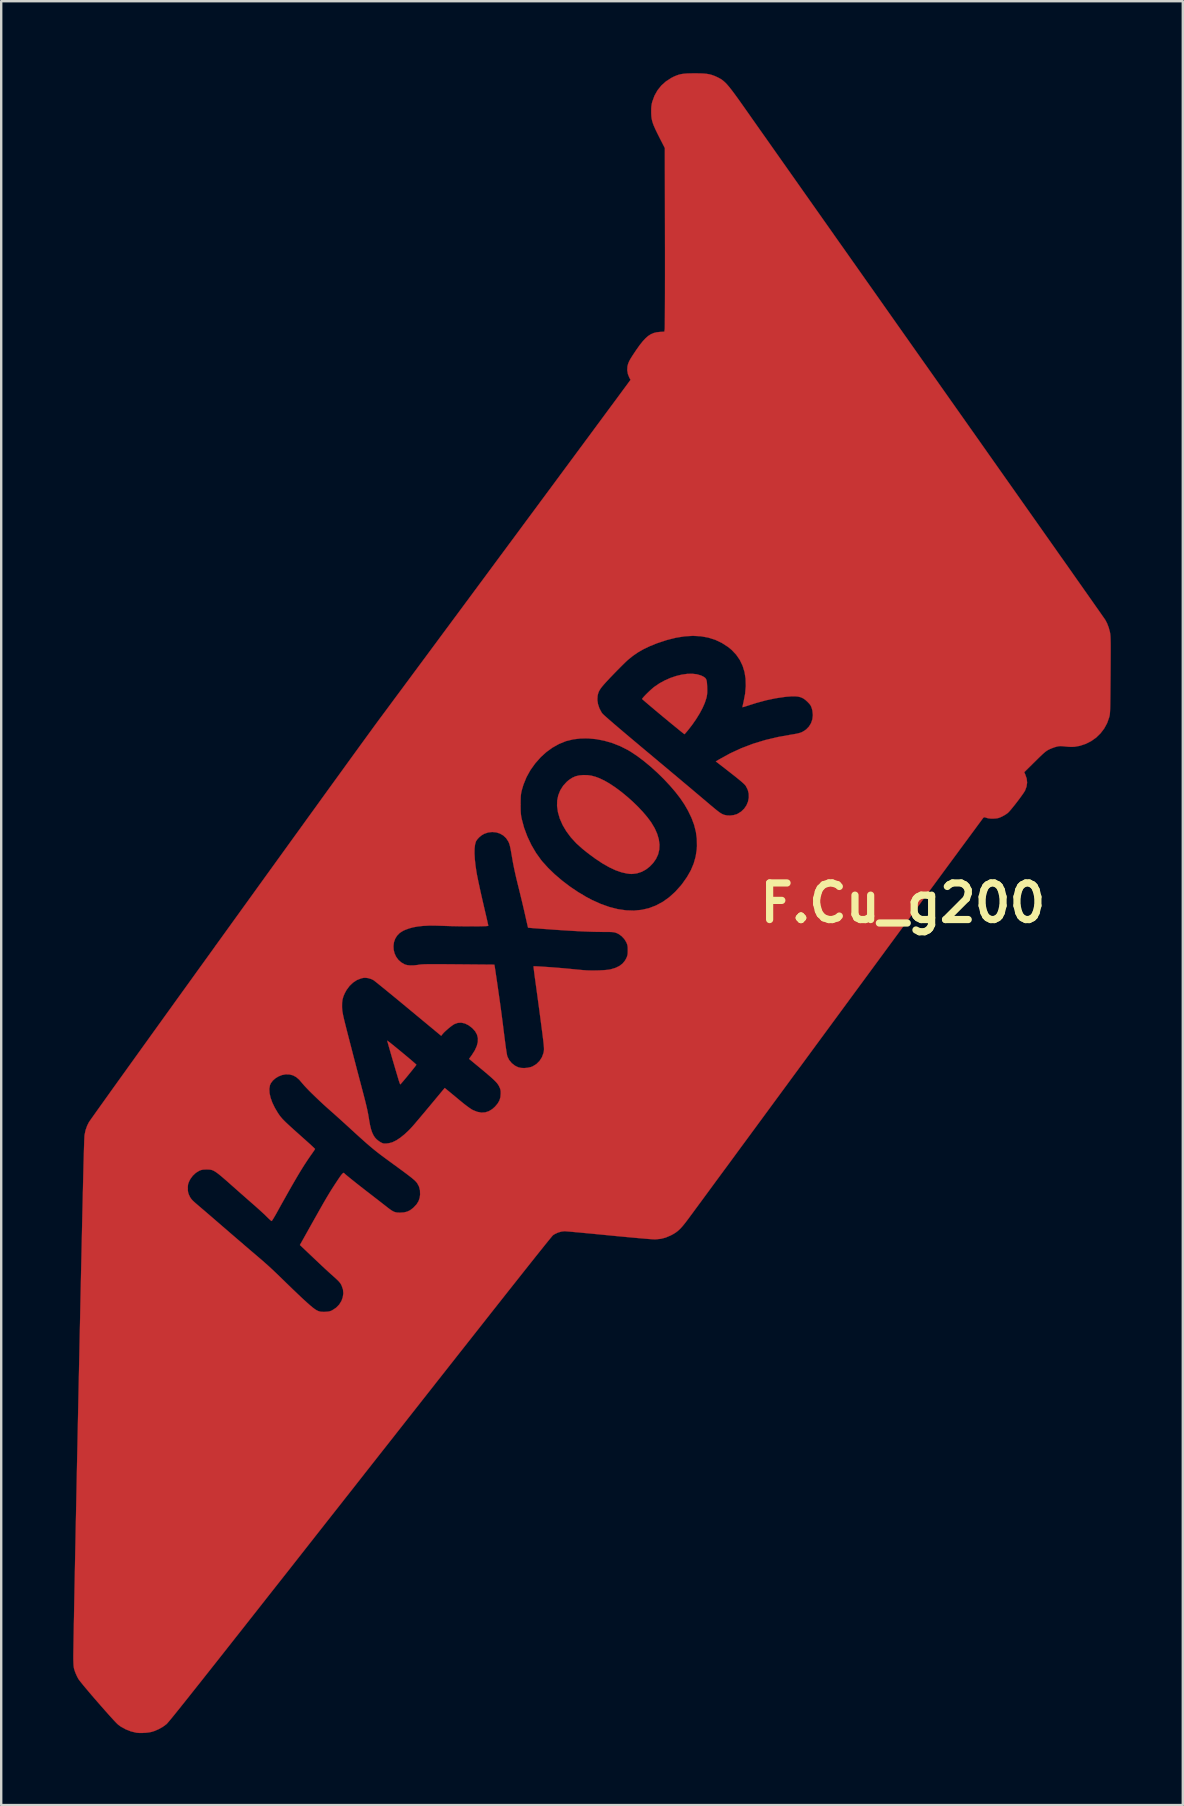
<source format=kicad_pcb>
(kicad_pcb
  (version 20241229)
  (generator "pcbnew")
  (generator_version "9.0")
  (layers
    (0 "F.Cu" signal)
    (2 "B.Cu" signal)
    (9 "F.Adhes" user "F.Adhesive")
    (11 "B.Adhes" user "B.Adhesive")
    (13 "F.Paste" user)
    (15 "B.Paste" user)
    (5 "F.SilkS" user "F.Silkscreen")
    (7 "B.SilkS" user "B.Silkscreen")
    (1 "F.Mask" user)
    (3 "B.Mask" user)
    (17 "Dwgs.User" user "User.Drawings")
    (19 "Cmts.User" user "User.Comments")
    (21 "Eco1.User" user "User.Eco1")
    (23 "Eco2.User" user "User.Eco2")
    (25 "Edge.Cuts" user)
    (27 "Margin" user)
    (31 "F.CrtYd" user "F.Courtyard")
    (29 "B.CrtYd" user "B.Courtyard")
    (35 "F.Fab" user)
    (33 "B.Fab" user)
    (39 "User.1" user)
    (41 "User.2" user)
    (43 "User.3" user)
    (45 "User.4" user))
  (footprint "F.Cu_g200"
    (layer "F.Cu")
    (at 34.565 34.57)
    (property "Reference" "F.Cu_g200" (at 0 0 0) (layer "F.SilkS") (effects (font (size 1.524 1.524) (thickness 0.3))))
    (attr through_hole)
    (fp_poly (pts (xy -21.463 5.746) (xy -21.418 5.779) (xy -21.35 5.832) (xy -21.262 5.902) (xy -21.16 5.985) (xy -21.046 6.078) (xy -20.927 6.176) (xy -20.806 6.276) (xy -20.687 6.375) (xy -20.575 6.469) (xy -20.474 6.554) (xy -20.389 6.628) (xy -20.323 6.685) (xy -20.282 6.723) (xy -20.269 6.738) (xy -20.281 6.758) (xy -20.316 6.806) (xy -20.37 6.874) (xy -20.437 6.959) (xy -20.514 7.054) (xy -20.595 7.154) (xy -20.677 7.254) (xy -20.756 7.348) (xy -20.825 7.43) (xy -20.882 7.496) (xy -20.921 7.54) (xy -20.938 7.555) (xy -20.95 7.537) (xy -20.97 7.487) (xy -20.994 7.415) (xy -21.005 7.382) (xy -21.077 7.139) (xy -21.147 6.905) (xy -21.212 6.683) (xy -21.273 6.477) (xy -21.327 6.289) (xy -21.375 6.122) (xy -21.415 5.982) (xy -21.446 5.87) (xy -21.468 5.79) (xy -21.479 5.745) (xy -21.48 5.736) (xy -21.463 5.746)) (stroke (width 0.01) (type solid)) (fill yes) (layer "F.Cu"))
    (fp_poly (pts (xy -13.15 -5.328) (xy -12.978 -5.305) (xy -12.801 -5.257) (xy -12.644 -5.198) (xy -12.437 -5.1) (xy -12.214 -4.971) (xy -11.98 -4.815) (xy -11.74 -4.637) (xy -11.501 -4.441) (xy -11.266 -4.233) (xy -11.043 -4.017) (xy -10.836 -3.798) (xy -10.651 -3.58) (xy -10.493 -3.368) (xy -10.479 -3.347) (xy -10.339 -3.113) (xy -10.236 -2.881) (xy -10.169 -2.654) (xy -10.14 -2.433) (xy -10.15 -2.223) (xy -10.197 -2.026) (xy -10.199 -2.021) (xy -10.285 -1.837) (xy -10.403 -1.668) (xy -10.546 -1.518) (xy -10.708 -1.393) (xy -10.883 -1.298) (xy -11.066 -1.239) (xy -11.124 -1.229) (xy -11.222 -1.216) (xy -11.298 -1.211) (xy -11.371 -1.213) (xy -11.46 -1.224) (xy -11.498 -1.229) (xy -11.727 -1.28) (xy -11.974 -1.367) (xy -12.237 -1.491) (xy -12.518 -1.651) (xy -12.817 -1.849) (xy -13.134 -2.084) (xy -13.348 -2.256) (xy -13.605 -2.487) (xy -13.83 -2.732) (xy -14.02 -2.986) (xy -14.175 -3.248) (xy -14.292 -3.514) (xy -14.37 -3.783) (xy -14.407 -4.042) (xy -14.401 -4.27) (xy -14.356 -4.489) (xy -14.273 -4.695) (xy -14.153 -4.885) (xy -14 -5.052) (xy -13.906 -5.13) (xy -13.771 -5.219) (xy -13.637 -5.279) (xy -13.489 -5.314) (xy -13.331 -5.329) (xy -13.15 -5.328)) (stroke (width 0.01) (type solid)) (fill yes) (layer "F.Cu"))
    (fp_poly (pts (xy -8.584 -9.529) (xy -8.413 -9.48) (xy -8.361 -9.456) (xy -8.29 -9.418) (xy -8.238 -9.38) (xy -8.202 -9.335) (xy -8.179 -9.275) (xy -8.165 -9.193) (xy -8.157 -9.081) (xy -8.153 -8.983) (xy -8.15 -8.855) (xy -8.152 -8.756) (xy -8.16 -8.673) (xy -8.174 -8.593) (xy -8.189 -8.531) (xy -8.251 -8.34) (xy -8.344 -8.128) (xy -8.465 -7.901) (xy -8.611 -7.664) (xy -8.78 -7.422) (xy -8.921 -7.239) (xy -8.984 -7.161) (xy -9.039 -7.096) (xy -9.078 -7.052) (xy -9.097 -7.033) (xy -9.097 -7.033) (xy -9.116 -7.045) (xy -9.164 -7.082) (xy -9.238 -7.141) (xy -9.336 -7.22) (xy -9.455 -7.317) (xy -9.591 -7.428) (xy -9.741 -7.551) (xy -9.902 -7.685) (xy -9.991 -7.758) (xy -10.156 -7.896) (xy -10.312 -8.026) (xy -10.454 -8.146) (xy -10.58 -8.252) (xy -10.686 -8.342) (xy -10.771 -8.415) (xy -10.83 -8.467) (xy -10.861 -8.495) (xy -10.866 -8.5) (xy -10.846 -8.532) (xy -10.8 -8.585) (xy -10.736 -8.654) (xy -10.659 -8.732) (xy -10.575 -8.813) (xy -10.492 -8.89) (xy -10.415 -8.957) (xy -10.355 -9.006) (xy -10.143 -9.15) (xy -9.917 -9.274) (xy -9.684 -9.376) (xy -9.449 -9.456) (xy -9.216 -9.513) (xy -8.991 -9.545) (xy -8.779 -9.551) (xy -8.584 -9.529)) (stroke (width 0.01) (type solid)) (fill yes) (layer "F.Cu"))
    (fp_poly (pts (xy -8.477 -34.563) (xy -8.315 -34.557) (xy -8.18 -34.544) (xy -8.062 -34.525) (xy -7.955 -34.496) (xy -7.849 -34.458) (xy -7.737 -34.407) (xy -7.728 -34.403) (xy -7.657 -34.367) (xy -7.591 -34.33) (xy -7.527 -34.287) (xy -7.464 -34.237) (xy -7.399 -34.178) (xy -7.329 -34.105) (xy -7.252 -34.016) (xy -7.166 -33.909) (xy -7.068 -33.78) (xy -6.955 -33.627) (xy -6.825 -33.447) (xy -6.676 -33.237) (xy -6.538 -33.041) (xy -6.474 -32.95) (xy -6.387 -32.826) (xy -6.278 -32.67) (xy -6.147 -32.485) (xy -5.997 -32.271) (xy -5.827 -32.031) (xy -5.64 -31.766) (xy -5.437 -31.477) (xy -5.218 -31.166) (xy -4.984 -30.835) (xy -4.738 -30.485) (xy -4.479 -30.118) (xy -4.21 -29.736) (xy -3.93 -29.339) (xy -3.642 -28.93) (xy -3.346 -28.51) (xy -3.043 -28.081) (xy -2.736 -27.644) (xy -2.423 -27.202) (xy -2.108 -26.754) (xy -1.944 -26.522) (xy -1.592 -26.022) (xy -1.224 -25.501) (xy -0.844 -24.961) (xy -0.453 -24.406) (xy -0.053 -23.839) (xy 0.353 -23.263) (xy 0.763 -22.681) (xy 1.176 -22.097) (xy 1.588 -21.512) (xy 1.997 -20.932) (xy 2.402 -20.358) (xy 2.8 -19.793) (xy 3.189 -19.242) (xy 3.566 -18.706) (xy 3.93 -18.19) (xy 4.278 -17.696) (xy 4.609 -17.227) (xy 4.919 -16.787) (xy 5.189 -16.404) (xy 5.467 -16.01) (xy 5.739 -15.624) (xy 6.003 -15.249) (xy 6.26 -14.885) (xy 6.507 -14.533) (xy 6.745 -14.197) (xy 6.971 -13.876) (xy 7.184 -13.572) (xy 7.385 -13.287) (xy 7.571 -13.022) (xy 7.742 -12.78) (xy 7.896 -12.56) (xy 8.033 -12.365) (xy 8.152 -12.196) (xy 8.251 -12.055) (xy 8.329 -11.943) (xy 8.386 -11.862) (xy 8.42 -11.812) (xy 8.431 -11.797) (xy 8.507 -11.653) (xy 8.573 -11.482) (xy 8.623 -11.3) (xy 8.628 -11.273) (xy 8.635 -11.237) (xy 8.64 -11.197) (xy 8.645 -11.149) (xy 8.649 -11.09) (xy 8.652 -11.017) (xy 8.654 -10.928) (xy 8.656 -10.818) (xy 8.657 -10.684) (xy 8.657 -10.525) (xy 8.656 -10.336) (xy 8.655 -10.115) (xy 8.654 -9.858) (xy 8.652 -9.562) (xy 8.652 -9.505) (xy 8.649 -9.205) (xy 8.647 -8.945) (xy 8.645 -8.722) (xy 8.643 -8.531) (xy 8.641 -8.37) (xy 8.639 -8.235) (xy 8.636 -8.125) (xy 8.633 -8.035) (xy 8.629 -7.962) (xy 8.625 -7.904) (xy 8.62 -7.857) (xy 8.614 -7.818) (xy 8.607 -7.784) (xy 8.599 -7.752) (xy 8.597 -7.743) (xy 8.511 -7.497) (xy 8.389 -7.272) (xy 8.235 -7.07) (xy 8.054 -6.893) (xy 7.847 -6.746) (xy 7.619 -6.63) (xy 7.373 -6.548) (xy 7.144 -6.508) (xy 7.045 -6.504) (xy 6.92 -6.507) (xy 6.787 -6.519) (xy 6.774 -6.52) (xy 6.665 -6.532) (xy 6.585 -6.537) (xy 6.52 -6.535) (xy 6.457 -6.525) (xy 6.4 -6.512) (xy 6.306 -6.484) (xy 6.198 -6.444) (xy 6.099 -6.401) (xy 6.096 -6.4) (xy 6.046 -6.374) (xy 5.999 -6.345) (xy 5.949 -6.31) (xy 5.892 -6.263) (xy 5.824 -6.203) (xy 5.74 -6.124) (xy 5.635 -6.022) (xy 5.506 -5.895) (xy 5.497 -5.886) (xy 5.056 -5.45) (xy 5.099 -5.353) (xy 5.158 -5.181) (xy 5.175 -5.016) (xy 5.152 -4.851) (xy 5.093 -4.691) (xy 5.062 -4.636) (xy 5.008 -4.555) (xy 4.937 -4.454) (xy 4.854 -4.341) (xy 4.764 -4.222) (xy 4.672 -4.103) (xy 4.582 -3.991) (xy 4.501 -3.892) (xy 4.433 -3.814) (xy 4.383 -3.762) (xy 4.377 -3.756) (xy 4.312 -3.708) (xy 4.226 -3.654) (xy 4.136 -3.605) (xy 4.128 -3.601) (xy 4.039 -3.561) (xy 3.966 -3.537) (xy 3.889 -3.524) (xy 3.789 -3.517) (xy 3.785 -3.517) (xy 3.659 -3.517) (xy 3.56 -3.528) (xy 3.491 -3.546) (xy 3.428 -3.566) (xy 3.39 -3.571) (xy 3.366 -3.562) (xy 3.345 -3.543) (xy 3.33 -3.523) (xy 3.291 -3.471) (xy 3.229 -3.386) (xy 3.143 -3.271) (xy 3.036 -3.125) (xy 2.908 -2.951) (xy 2.759 -2.749) (xy 2.59 -2.52) (xy 2.402 -2.266) (xy 2.197 -1.986) (xy 1.974 -1.684) (xy 1.734 -1.358) (xy 1.479 -1.011) (xy 1.209 -0.644) (xy 0.924 -0.257) (xy 0.626 0.148) (xy 0.316 0.57) (xy -0.007 1.009) (xy -0.341 1.463) (xy -0.685 1.93) (xy -1.039 2.412) (xy -1.401 2.905) (xy -1.772 3.409) (xy -2.15 3.923) (xy -2.534 4.446) (xy -2.689 4.657) (xy -3.078 5.186) (xy -3.462 5.708) (xy -3.839 6.221) (xy -4.21 6.726) (xy -4.573 7.219) (xy -4.927 7.701) (xy -5.272 8.17) (xy -5.607 8.626) (xy -5.93 9.066) (xy -6.242 9.49) (xy -6.542 9.898) (xy -6.828 10.286) (xy -7.099 10.656) (xy -7.356 11.005) (xy -7.597 11.332) (xy -7.821 11.636) (xy -8.027 11.917) (xy -8.215 12.173) (xy -8.384 12.403) (xy -8.533 12.605) (xy -8.662 12.78) (xy -8.768 12.925) (xy -8.853 13.039) (xy -8.914 13.122) (xy -8.951 13.172) (xy -8.957 13.18) (xy -9.078 13.339) (xy -9.183 13.468) (xy -9.277 13.571) (xy -9.368 13.656) (xy -9.461 13.727) (xy -9.562 13.791) (xy -9.677 13.852) (xy -9.684 13.855) (xy -9.883 13.939) (xy -10.08 13.99) (xy -10.291 14.011) (xy -10.355 14.012) (xy -10.405 14.01) (xy -10.493 14.004) (xy -10.616 13.995) (xy -10.771 13.982) (xy -10.954 13.966) (xy -11.16 13.948) (xy -11.388 13.927) (xy -11.632 13.904) (xy -11.89 13.88) (xy -12.159 13.854) (xy -12.267 13.843) (xy -12.536 13.817) (xy -12.794 13.792) (xy -13.039 13.768) (xy -13.267 13.747) (xy -13.474 13.727) (xy -13.657 13.711) (xy -13.813 13.696) (xy -13.939 13.686) (xy -14.031 13.678) (xy -14.085 13.674) (xy -14.097 13.674) (xy -14.228 13.689) (xy -14.368 13.73) (xy -14.5 13.791) (xy -14.573 13.838) (xy -14.588 13.853) (xy -14.618 13.887) (xy -14.663 13.941) (xy -14.723 14.014) (xy -14.799 14.107) (xy -14.892 14.221) (xy -15 14.357) (xy -15.126 14.514) (xy -15.27 14.694) (xy -15.431 14.897) (xy -15.611 15.123) (xy -15.809 15.373) (xy -16.026 15.647) (xy -16.263 15.946) (xy -16.52 16.271) (xy -16.797 16.622) (xy -17.095 16.999) (xy -17.413 17.403) (xy -17.754 17.835) (xy -18.116 18.295) (xy -18.501 18.783) (xy -18.908 19.3) (xy -19.339 19.847) (xy -19.793 20.424) (xy -20.271 21.032) (xy -20.773 21.67) (xy -21.3 22.341) (xy -21.853 23.043) (xy -22.431 23.778) (xy -22.608 24.004) (xy -23.169 24.718) (xy -23.705 25.399) (xy -24.216 26.048) (xy -24.702 26.667) (xy -25.164 27.255) (xy -25.603 27.813) (xy -26.02 28.342) (xy -26.414 28.842) (xy -26.786 29.315) (xy -27.137 29.761) (xy -27.468 30.181) (xy -27.779 30.575) (xy -28.07 30.945) (xy -28.342 31.29) (xy -28.596 31.612) (xy -28.833 31.911) (xy -29.052 32.188) (xy -29.254 32.444) (xy -29.441 32.679) (xy -29.612 32.894) (xy -29.767 33.09) (xy -29.909 33.268) (xy -30.037 33.428) (xy -30.151 33.571) (xy -30.253 33.697) (xy -30.342 33.808) (xy -30.42 33.904) (xy -30.486 33.985) (xy -30.543 34.053) (xy -30.589 34.108) (xy -30.626 34.151) (xy -30.654 34.183) (xy -30.674 34.204) (xy -30.683 34.212) (xy -30.833 34.322) (xy -31.005 34.419) (xy -31.183 34.496) (xy -31.3 34.533) (xy -31.41 34.554) (xy -31.543 34.569) (xy -31.683 34.576) (xy -31.815 34.576) (xy -31.922 34.568) (xy -31.93 34.567) (xy -32.161 34.511) (xy -32.384 34.423) (xy -32.588 34.309) (xy -32.691 34.233) (xy -32.734 34.193) (xy -32.802 34.124) (xy -32.89 34.03) (xy -32.994 33.916) (xy -33.112 33.785) (xy -33.24 33.641) (xy -33.375 33.488) (xy -33.514 33.329) (xy -33.652 33.17) (xy -33.788 33.013) (xy -33.916 32.862) (xy -34.035 32.721) (xy -34.14 32.595) (xy -34.228 32.486) (xy -34.297 32.399) (xy -34.342 32.338) (xy -34.354 32.319) (xy -34.403 32.226) (xy -34.454 32.116) (xy -34.494 32.013) (xy -34.494 32.012) (xy -34.516 31.947) (xy -34.532 31.888) (xy -34.543 31.827) (xy -34.55 31.754) (xy -34.555 31.66) (xy -34.559 31.536) (xy -34.56 31.475) (xy -34.56 31.43) (xy -34.56 31.345) (xy -34.558 31.22) (xy -34.555 31.056) (xy -34.552 30.856) (xy -34.548 30.619) (xy -34.543 30.349) (xy -34.538 30.045) (xy -34.531 29.709) (xy -34.525 29.344) (xy -34.517 28.949) (xy -34.509 28.526) (xy -34.5 28.077) (xy -34.491 27.603) (xy -34.481 27.105) (xy -34.47 26.584) (xy -34.46 26.042) (xy -34.448 25.481) (xy -34.436 24.901) (xy -34.424 24.304) (xy -34.412 23.691) (xy -34.399 23.063) (xy -34.385 22.423) (xy -34.372 21.77) (xy -34.358 21.107) (xy -34.345 20.479) (xy -34.327 19.631) (xy -34.31 18.825) (xy -34.294 18.059) (xy -34.278 17.334) (xy -34.264 16.647) (xy -34.25 15.998) (xy -34.237 15.387) (xy -34.224 14.812) (xy -34.212 14.272) (xy -34.201 13.768) (xy -34.191 13.297) (xy -34.181 12.859) (xy -34.171 12.454) (xy -34.163 12.079) (xy -34.158 11.885) (xy -29.791 11.885) (xy -29.788 11.985) (xy -29.776 12.062) (xy -29.753 12.135) (xy -29.732 12.181) (xy -29.705 12.238) (xy -29.677 12.287) (xy -29.643 12.333) (xy -29.599 12.383) (xy -29.539 12.441) (xy -29.459 12.513) (xy -29.354 12.603) (xy -29.295 12.654) (xy -29.226 12.713) (xy -29.129 12.795) (xy -29.009 12.898) (xy -28.87 13.018) (xy -28.716 13.15) (xy -28.552 13.292) (xy -28.382 13.439) (xy -28.209 13.588) (xy -28.183 13.61) (xy -28.007 13.763) (xy -27.828 13.917) (xy -27.652 14.068) (xy -27.483 14.213) (xy -27.327 14.348) (xy -27.188 14.467) (xy -27.07 14.567) (xy -26.98 14.644) (xy -26.977 14.646) (xy -26.826 14.775) (xy -26.691 14.891) (xy -26.567 15) (xy -26.447 15.107) (xy -26.326 15.218) (xy -26.199 15.337) (xy -26.059 15.47) (xy -25.902 15.622) (xy -25.72 15.799) (xy -25.707 15.812) (xy -25.573 15.942) (xy -25.437 16.074) (xy -25.304 16.201) (xy -25.182 16.317) (xy -25.076 16.418) (xy -24.992 16.496) (xy -24.965 16.521) (xy -24.814 16.658) (xy -24.689 16.769) (xy -24.584 16.856) (xy -24.496 16.922) (xy -24.42 16.97) (xy -24.35 17.002) (xy -24.282 17.022) (xy -24.211 17.031) (xy -24.133 17.033) (xy -24.067 17.032) (xy -23.963 17.025) (xy -23.886 17.012) (xy -23.818 16.989) (xy -23.775 16.968) (xy -23.614 16.863) (xy -23.484 16.731) (xy -23.388 16.575) (xy -23.335 16.425) (xy -23.311 16.262) (xy -23.325 16.105) (xy -23.38 15.945) (xy -23.391 15.923) (xy -23.419 15.869) (xy -23.454 15.819) (xy -23.499 15.765) (xy -23.561 15.703) (xy -23.645 15.624) (xy -23.734 15.545) (xy -23.837 15.453) (xy -23.961 15.34) (xy -24.096 15.216) (xy -24.231 15.09) (xy -24.357 14.971) (xy -24.373 14.956) (xy -24.49 14.845) (xy -24.61 14.731) (xy -24.725 14.622) (xy -24.827 14.525) (xy -24.909 14.448) (xy -24.927 14.43) (xy -25.12 14.248) (xy -24.613 13.341) (xy -24.472 13.091) (xy -24.35 12.874) (xy -24.243 12.685) (xy -24.15 12.521) (xy -24.067 12.378) (xy -23.993 12.252) (xy -23.925 12.138) (xy -23.861 12.032) (xy -23.797 11.93) (xy -23.732 11.829) (xy -23.664 11.724) (xy -23.589 11.61) (xy -23.586 11.605) (xy -23.497 11.472) (xy -23.428 11.373) (xy -23.375 11.304) (xy -23.335 11.262) (xy -23.306 11.244) (xy -23.285 11.246) (xy -23.274 11.259) (xy -23.252 11.281) (xy -23.201 11.325) (xy -23.124 11.389) (xy -23.026 11.469) (xy -22.91 11.562) (xy -22.781 11.665) (xy -22.642 11.775) (xy -22.497 11.888) (xy -22.352 12.001) (xy -22.214 12.107) (xy -22.082 12.209) (xy -21.945 12.315) (xy -21.812 12.418) (xy -21.693 12.511) (xy -21.594 12.588) (xy -21.558 12.616) (xy -21.436 12.712) (xy -21.339 12.783) (xy -21.259 12.834) (xy -21.189 12.868) (xy -21.122 12.888) (xy -21.051 12.897) (xy -20.968 12.9) (xy -20.944 12.9) (xy -20.783 12.89) (xy -20.648 12.857) (xy -20.527 12.798) (xy -20.407 12.707) (xy -20.376 12.678) (xy -20.257 12.55) (xy -20.177 12.419) (xy -20.129 12.276) (xy -20.113 12.148) (xy -20.118 11.972) (xy -20.157 11.817) (xy -20.231 11.678) (xy -20.244 11.66) (xy -20.273 11.625) (xy -20.308 11.586) (xy -20.353 11.543) (xy -20.412 11.493) (xy -20.486 11.432) (xy -20.58 11.359) (xy -20.696 11.271) (xy -20.837 11.166) (xy -21.006 11.042) (xy -21.207 10.896) (xy -21.23 10.879) (xy -21.411 10.747) (xy -21.57 10.63) (xy -21.713 10.524) (xy -21.843 10.425) (xy -21.965 10.329) (xy -22.083 10.233) (xy -22.204 10.132) (xy -22.33 10.024) (xy -22.466 9.903) (xy -22.618 9.767) (xy -22.789 9.612) (xy -22.985 9.433) (xy -23.082 9.343) (xy -23.218 9.219) (xy -23.36 9.09) (xy -23.501 8.963) (xy -23.633 8.844) (xy -23.749 8.741) (xy -23.834 8.666) (xy -23.986 8.531) (xy -24.144 8.388) (xy -24.302 8.241) (xy -24.455 8.095) (xy -24.601 7.954) (xy -24.734 7.822) (xy -24.849 7.703) (xy -24.942 7.603) (xy -25.01 7.525) (xy -25.024 7.508) (xy -25.15 7.36) (xy -25.276 7.252) (xy -25.407 7.181) (xy -25.548 7.144) (xy -25.702 7.138) (xy -25.726 7.14) (xy -25.869 7.168) (xy -26.01 7.224) (xy -26.139 7.302) (xy -26.248 7.398) (xy -26.329 7.504) (xy -26.369 7.593) (xy -26.394 7.745) (xy -26.386 7.918) (xy -26.344 8.108) (xy -26.271 8.313) (xy -26.167 8.529) (xy -26.036 8.75) (xy -25.994 8.811) (xy -25.953 8.869) (xy -25.908 8.925) (xy -25.857 8.985) (xy -25.795 9.05) (xy -25.721 9.124) (xy -25.629 9.211) (xy -25.518 9.313) (xy -25.384 9.435) (xy -25.223 9.579) (xy -25.099 9.69) (xy -24.963 9.811) (xy -24.838 9.923) (xy -24.727 10.023) (xy -24.633 10.109) (xy -24.56 10.177) (xy -24.512 10.223) (xy -24.49 10.245) (xy -24.49 10.247) (xy -24.501 10.269) (xy -24.533 10.318) (xy -24.581 10.389) (xy -24.64 10.473) (xy -24.659 10.499) (xy -24.743 10.62) (xy -24.828 10.746) (xy -24.916 10.88) (xy -25.008 11.025) (xy -25.107 11.185) (xy -25.213 11.362) (xy -25.329 11.56) (xy -25.456 11.78) (xy -25.596 12.026) (xy -25.75 12.301) (xy -25.922 12.607) (xy -26.099 12.928) (xy -26.159 13.033) (xy -26.212 13.123) (xy -26.256 13.194) (xy -26.287 13.238) (xy -26.3 13.25) (xy -26.323 13.236) (xy -26.368 13.197) (xy -26.429 13.14) (xy -26.491 13.079) (xy -26.558 13.013) (xy -26.65 12.926) (xy -26.759 12.826) (xy -26.877 12.719) (xy -26.996 12.613) (xy -27.03 12.584) (xy -27.157 12.473) (xy -27.305 12.343) (xy -27.464 12.203) (xy -27.622 12.064) (xy -27.77 11.933) (xy -27.824 11.886) (xy -28.013 11.718) (xy -28.174 11.575) (xy -28.311 11.457) (xy -28.425 11.36) (xy -28.521 11.283) (xy -28.602 11.223) (xy -28.671 11.178) (xy -28.732 11.145) (xy -28.787 11.124) (xy -28.84 11.111) (xy -28.895 11.105) (xy -28.954 11.102) (xy -29.009 11.102) (xy -29.11 11.104) (xy -29.184 11.112) (xy -29.247 11.128) (xy -29.315 11.156) (xy -29.321 11.159) (xy -29.459 11.244) (xy -29.584 11.362) (xy -29.687 11.503) (xy -29.724 11.573) (xy -29.76 11.656) (xy -29.781 11.726) (xy -29.789 11.801) (xy -29.791 11.885) (xy -34.158 11.885) (xy -34.155 11.736) (xy -34.147 11.422) (xy -34.14 11.137) (xy -34.134 10.879) (xy -34.127 10.649) (xy -34.122 10.446) (xy -34.117 10.267) (xy -34.112 10.114) (xy -34.108 9.984) (xy -34.104 9.877) (xy -34.1 9.792) (xy -34.097 9.728) (xy -34.094 9.685) (xy -34.092 9.663) (xy -34.048 9.456) (xy -33.982 9.273) (xy -33.911 9.133) (xy -33.892 9.104) (xy -33.848 9.041) (xy -33.782 8.947) (xy -33.693 8.822) (xy -33.584 8.668) (xy -33.454 8.486) (xy -33.305 8.278) (xy -33.138 8.044) (xy -32.954 7.786) (xy -32.753 7.506) (xy -32.536 7.204) (xy -32.305 6.882) (xy -32.06 6.541) (xy -31.803 6.183) (xy -31.533 5.808) (xy -31.253 5.418) (xy -30.963 5.015) (xy -30.664 4.599) (xy -30.459 4.315) (xy -23.365 4.315) (xy -23.364 4.362) (xy -23.361 4.416) (xy -23.356 4.47) (xy -23.348 4.53) (xy -23.336 4.598) (xy -23.32 4.68) (xy -23.298 4.778) (xy -23.27 4.898) (xy -23.234 5.044) (xy -23.19 5.218) (xy -23.137 5.427) (xy -23.084 5.63) (xy -23.022 5.871) (xy -22.955 6.129) (xy -22.886 6.397) (xy -22.816 6.664) (xy -22.749 6.923) (xy -22.685 7.164) (xy -22.629 7.377) (xy -22.601 7.482) (xy -22.536 7.731) (xy -22.48 7.943) (xy -22.433 8.124) (xy -22.394 8.278) (xy -22.361 8.412) (xy -22.334 8.528) (xy -22.311 8.633) (xy -22.291 8.73) (xy -22.273 8.825) (xy -22.256 8.923) (xy -22.239 9.029) (xy -22.238 9.038) (xy -22.2 9.248) (xy -22.158 9.421) (xy -22.11 9.564) (xy -22.053 9.682) (xy -21.996 9.769) (xy -21.927 9.844) (xy -21.84 9.915) (xy -21.748 9.974) (xy -21.664 10.012) (xy -21.635 10.019) (xy -21.535 10.022) (xy -21.416 10.008) (xy -21.296 9.977) (xy -21.251 9.961) (xy -21.099 9.886) (xy -20.933 9.775) (xy -20.758 9.634) (xy -20.579 9.466) (xy -20.454 9.334) (xy -20.41 9.284) (xy -20.342 9.206) (xy -20.255 9.103) (xy -20.151 8.981) (xy -20.035 8.843) (xy -19.909 8.694) (xy -19.779 8.537) (xy -19.698 8.441) (xy -19.087 7.706) (xy -18.936 7.83) (xy -18.873 7.882) (xy -18.786 7.954) (xy -18.68 8.041) (xy -18.566 8.136) (xy -18.449 8.233) (xy -18.426 8.252) (xy -18.281 8.37) (xy -18.15 8.47) (xy -18.038 8.551) (xy -17.949 8.608) (xy -17.918 8.625) (xy -17.736 8.699) (xy -17.564 8.732) (xy -17.402 8.723) (xy -17.247 8.673) (xy -17.1 8.582) (xy -16.994 8.487) (xy -16.883 8.356) (xy -16.808 8.227) (xy -16.767 8.09) (xy -16.755 7.948) (xy -16.756 7.854) (xy -16.765 7.784) (xy -16.785 7.719) (xy -16.821 7.64) (xy -16.824 7.635) (xy -16.849 7.588) (xy -16.881 7.541) (xy -16.921 7.49) (xy -16.974 7.432) (xy -17.042 7.365) (xy -17.129 7.285) (xy -17.236 7.191) (xy -17.367 7.079) (xy -17.525 6.946) (xy -17.713 6.791) (xy -17.73 6.777) (xy -18.072 6.494) (xy -17.959 6.337) (xy -17.835 6.143) (xy -17.752 5.961) (xy -17.708 5.79) (xy -17.705 5.631) (xy -17.743 5.482) (xy -17.82 5.343) (xy -17.938 5.213) (xy -17.945 5.207) (xy -18.096 5.092) (xy -18.247 5.018) (xy -18.395 4.985) (xy -18.54 4.993) (xy -18.679 5.042) (xy -18.68 5.042) (xy -18.751 5.086) (xy -18.841 5.152) (xy -18.939 5.231) (xy -19.035 5.315) (xy -19.117 5.393) (xy -19.176 5.458) (xy -19.179 5.462) (xy -19.234 5.533) (xy -20.597 4.403) (xy -20.807 4.229) (xy -21.01 4.061) (xy -21.202 3.903) (xy -21.382 3.756) (xy -21.546 3.621) (xy -21.693 3.502) (xy -21.818 3.401) (xy -21.921 3.318) (xy -21.997 3.258) (xy -22.045 3.221) (xy -22.058 3.212) (xy -22.149 3.168) (xy -22.258 3.135) (xy -22.294 3.127) (xy -22.379 3.116) (xy -22.449 3.116) (xy -22.525 3.13) (xy -22.575 3.143) (xy -22.747 3.21) (xy -22.907 3.316) (xy -23.052 3.454) (xy -23.177 3.622) (xy -23.251 3.757) (xy -23.309 3.893) (xy -23.345 4.021) (xy -23.363 4.157) (xy -23.365 4.315) (xy -30.459 4.315) (xy -30.357 4.172) (xy -30.042 3.735) (xy -29.721 3.29) (xy -29.396 2.838) (xy -29.065 2.379) (xy -28.731 1.916) (xy -28.641 1.79) (xy -21.223 1.79) (xy -21.215 1.944) (xy -21.179 2.095) (xy -21.114 2.237) (xy -21.021 2.366) (xy -20.9 2.474) (xy -20.753 2.558) (xy -20.736 2.565) (xy -20.641 2.59) (xy -20.516 2.601) (xy -20.37 2.598) (xy -20.214 2.581) (xy -20.161 2.572) (xy -20.122 2.566) (xy -20.074 2.561) (xy -20.015 2.557) (xy -19.94 2.553) (xy -19.848 2.551) (xy -19.735 2.549) (xy -19.598 2.549) (xy -19.433 2.549) (xy -19.238 2.549) (xy -19.01 2.551) (xy -18.744 2.553) (xy -18.506 2.555) (xy -17.02 2.568) (xy -17.009 2.623) (xy -17.002 2.662) (xy -16.991 2.738) (xy -16.974 2.845) (xy -16.955 2.978) (xy -16.932 3.132) (xy -16.907 3.301) (xy -16.881 3.48) (xy -16.855 3.664) (xy -16.829 3.847) (xy -16.803 4.024) (xy -16.78 4.19) (xy -16.764 4.307) (xy -16.745 4.445) (xy -16.722 4.615) (xy -16.697 4.809) (xy -16.67 5.016) (xy -16.644 5.228) (xy -16.618 5.435) (xy -16.605 5.536) (xy -16.582 5.715) (xy -16.56 5.884) (xy -16.539 6.038) (xy -16.519 6.171) (xy -16.502 6.278) (xy -16.488 6.352) (xy -16.48 6.388) (xy -16.404 6.541) (xy -16.294 6.674) (xy -16.157 6.78) (xy -16.027 6.843) (xy -15.912 6.87) (xy -15.775 6.877) (xy -15.631 6.864) (xy -15.496 6.834) (xy -15.42 6.804) (xy -15.266 6.709) (xy -15.138 6.582) (xy -15.039 6.429) (xy -14.975 6.256) (xy -14.965 6.211) (xy -14.956 6.158) (xy -14.952 6.101) (xy -14.953 6.034) (xy -14.959 5.947) (xy -14.97 5.834) (xy -14.985 5.704) (xy -15.002 5.569) (xy -15.023 5.398) (xy -15.05 5.195) (xy -15.08 4.965) (xy -15.113 4.715) (xy -15.148 4.448) (xy -15.186 4.17) (xy -15.224 3.887) (xy -15.263 3.604) (xy -15.301 3.325) (xy -15.318 3.202) (xy -15.339 3.053) (xy -15.356 2.92) (xy -15.37 2.806) (xy -15.381 2.717) (xy -15.386 2.659) (xy -15.387 2.638) (xy -15.363 2.636) (xy -15.302 2.637) (xy -15.21 2.641) (xy -15.093 2.648) (xy -14.955 2.657) (xy -14.803 2.667) (xy -14.642 2.678) (xy -14.477 2.691) (xy -14.315 2.704) (xy -14.159 2.717) (xy -14.017 2.73) (xy -14.002 2.732) (xy -13.849 2.746) (xy -13.693 2.761) (xy -13.544 2.776) (xy -13.413 2.788) (xy -13.314 2.797) (xy -13.314 2.797) (xy -13.17 2.807) (xy -13.007 2.812) (xy -12.834 2.812) (xy -12.659 2.808) (xy -12.493 2.8) (xy -12.346 2.788) (xy -12.225 2.773) (xy -12.171 2.762) (xy -11.971 2.702) (xy -11.807 2.622) (xy -11.675 2.52) (xy -11.574 2.395) (xy -11.523 2.302) (xy -11.493 2.232) (xy -11.475 2.171) (xy -11.465 2.103) (xy -11.462 2.014) (xy -11.462 1.968) (xy -11.463 1.867) (xy -11.47 1.793) (xy -11.484 1.731) (xy -11.509 1.666) (xy -11.523 1.634) (xy -11.606 1.499) (xy -11.718 1.38) (xy -11.849 1.288) (xy -11.932 1.249) (xy -11.98 1.233) (xy -12.028 1.221) (xy -12.084 1.213) (xy -12.157 1.208) (xy -12.253 1.206) (xy -12.381 1.205) (xy -12.434 1.205) (xy -12.651 1.204) (xy -12.886 1.2) (xy -13.143 1.191) (xy -13.426 1.179) (xy -13.738 1.162) (xy -14.082 1.141) (xy -14.463 1.116) (xy -14.7 1.099) (xy -14.892 1.085) (xy -15.07 1.072) (xy -15.23 1.06) (xy -15.368 1.05) (xy -15.48 1.041) (xy -15.561 1.034) (xy -15.606 1.03) (xy -15.615 1.029) (xy -15.621 1.008) (xy -15.634 0.951) (xy -15.654 0.864) (xy -15.68 0.753) (xy -15.709 0.622) (xy -15.735 0.507) (xy -15.774 0.336) (xy -15.82 0.138) (xy -15.87 -0.075) (xy -15.922 -0.289) (xy -15.972 -0.491) (xy -15.999 -0.603) (xy -16.064 -0.864) (xy -16.119 -1.093) (xy -16.165 -1.299) (xy -16.206 -1.492) (xy -16.243 -1.68) (xy -16.277 -1.873) (xy -16.297 -1.99) (xy -16.324 -2.146) (xy -16.346 -2.267) (xy -16.367 -2.361) (xy -16.386 -2.435) (xy -16.408 -2.496) (xy -16.432 -2.551) (xy -16.44 -2.567) (xy -16.531 -2.704) (xy -16.649 -2.814) (xy -16.789 -2.894) (xy -16.945 -2.943) (xy -17.11 -2.958) (xy -17.278 -2.939) (xy -17.443 -2.883) (xy -17.455 -2.877) (xy -17.553 -2.818) (xy -17.647 -2.741) (xy -17.727 -2.656) (xy -17.782 -2.574) (xy -17.79 -2.556) (xy -17.825 -2.429) (xy -17.844 -2.265) (xy -17.847 -2.064) (xy -17.834 -1.83) (xy -17.805 -1.562) (xy -17.761 -1.268) (xy -17.742 -1.166) (xy -17.715 -1.03) (xy -17.681 -0.865) (xy -17.641 -0.68) (xy -17.598 -0.48) (xy -17.551 -0.273) (xy -17.503 -0.064) (xy -17.485 0.013) (xy -17.441 0.204) (xy -17.4 0.382) (xy -17.362 0.543) (xy -17.33 0.683) (xy -17.304 0.798) (xy -17.285 0.884) (xy -17.274 0.935) (xy -17.272 0.949) (xy -17.292 0.956) (xy -17.351 0.962) (xy -17.442 0.966) (xy -17.563 0.97) (xy -17.708 0.972) (xy -17.873 0.973) (xy -18.054 0.973) (xy -18.246 0.972) (xy -18.445 0.97) (xy -18.646 0.966) (xy -18.845 0.962) (xy -19.037 0.956) (xy -19.18 0.951) (xy -19.489 0.942) (xy -19.761 0.943) (xy -20.001 0.955) (xy -20.215 0.979) (xy -20.407 1.014) (xy -20.581 1.062) (xy -20.744 1.123) (xy -20.824 1.16) (xy -20.963 1.249) (xy -21.073 1.362) (xy -21.153 1.493) (xy -21.203 1.638) (xy -21.223 1.79) (xy -28.641 1.79) (xy -28.395 1.449) (xy -28.057 0.98) (xy -27.719 0.511) (xy -27.38 0.041) (xy -27.043 -0.426) (xy -26.708 -0.891) (xy -26.376 -1.351) (xy -26.048 -1.805) (xy -25.725 -2.253) (xy -25.408 -2.692) (xy -25.097 -3.122) (xy -24.795 -3.541) (xy -24.5 -3.948) (xy -24.378 -4.117) (xy -15.926 -4.117) (xy -15.925 -3.964) (xy -15.923 -3.844) (xy -15.918 -3.746) (xy -15.909 -3.662) (xy -15.896 -3.58) (xy -15.879 -3.496) (xy -15.78 -3.13) (xy -15.644 -2.767) (xy -15.477 -2.415) (xy -15.282 -2.083) (xy -15.063 -1.779) (xy -15.017 -1.723) (xy -14.777 -1.458) (xy -14.502 -1.193) (xy -14.2 -0.935) (xy -13.877 -0.689) (xy -13.54 -0.461) (xy -13.197 -0.256) (xy -12.962 -0.131) (xy -12.589 0.038) (xy -12.225 0.167) (xy -11.872 0.257) (xy -11.529 0.306) (xy -11.197 0.316) (xy -10.881 0.285) (xy -10.578 0.215) (xy -10.286 0.103) (xy -10.005 -0.047) (xy -9.737 -0.238) (xy -9.484 -0.466) (xy -9.245 -0.733) (xy -9.191 -0.801) (xy -8.993 -1.083) (xy -8.834 -1.362) (xy -8.715 -1.644) (xy -8.634 -1.931) (xy -8.588 -2.228) (xy -8.579 -2.371) (xy -8.584 -2.669) (xy -8.623 -2.963) (xy -8.697 -3.256) (xy -8.808 -3.553) (xy -8.956 -3.857) (xy -9.101 -4.108) (xy -9.273 -4.363) (xy -9.478 -4.628) (xy -9.71 -4.898) (xy -9.963 -5.168) (xy -10.23 -5.43) (xy -10.507 -5.68) (xy -10.787 -5.912) (xy -11.063 -6.12) (xy -11.331 -6.299) (xy -11.463 -6.377) (xy -11.779 -6.536) (xy -12.106 -6.665) (xy -12.438 -6.761) (xy -12.771 -6.826) (xy -13.101 -6.857) (xy -13.422 -6.855) (xy -13.73 -6.819) (xy -14.021 -6.748) (xy -14.049 -6.739) (xy -14.328 -6.625) (xy -14.599 -6.473) (xy -14.856 -6.287) (xy -15.082 -6.082) (xy -15.319 -5.815) (xy -15.517 -5.538) (xy -15.679 -5.246) (xy -15.806 -4.935) (xy -15.869 -4.725) (xy -15.889 -4.647) (xy -15.903 -4.578) (xy -15.913 -4.509) (xy -15.92 -4.43) (xy -15.923 -4.332) (xy -15.925 -4.206) (xy -15.926 -4.117) (xy -24.378 -4.117) (xy -24.216 -4.342) (xy -23.942 -4.721) (xy -23.679 -5.084) (xy -23.428 -5.43) (xy -23.191 -5.758) (xy -22.968 -6.066) (xy -22.76 -6.352) (xy -22.568 -6.617) (xy -22.393 -6.857) (xy -22.236 -7.073) (xy -22.098 -7.263) (xy -21.98 -7.425) (xy -21.882 -7.558) (xy -21.806 -7.661) (xy -21.774 -7.705) (xy -21.712 -7.787) (xy -21.627 -7.902) (xy -21.518 -8.048) (xy -21.388 -8.224) (xy -21.238 -8.427) (xy -21.209 -8.466) (xy -12.729 -8.466) (xy -12.703 -8.29) (xy -12.645 -8.113) (xy -12.554 -7.943) (xy -12.526 -7.902) (xy -12.497 -7.871) (xy -12.436 -7.813) (xy -12.343 -7.73) (xy -12.219 -7.621) (xy -12.065 -7.488) (xy -11.881 -7.33) (xy -11.668 -7.149) (xy -11.426 -6.944) (xy -11.156 -6.717) (xy -10.858 -6.467) (xy -10.679 -6.317) (xy -10.426 -6.106) (xy -10.173 -5.893) (xy -9.921 -5.683) (xy -9.675 -5.476) (xy -9.437 -5.277) (xy -9.211 -5.087) (xy -9 -4.91) (xy -8.806 -4.747) (xy -8.634 -4.601) (xy -8.485 -4.476) (xy -8.363 -4.373) (xy -8.297 -4.317) (xy -8.128 -4.174) (xy -7.988 -4.055) (xy -7.872 -3.959) (xy -7.778 -3.882) (xy -7.702 -3.822) (xy -7.64 -3.776) (xy -7.589 -3.742) (xy -7.545 -3.716) (xy -7.505 -3.697) (xy -7.465 -3.68) (xy -7.449 -3.674) (xy -7.33 -3.648) (xy -7.191 -3.644) (xy -7.049 -3.662) (xy -6.92 -3.7) (xy -6.887 -3.715) (xy -6.735 -3.81) (xy -6.61 -3.931) (xy -6.515 -4.071) (xy -6.451 -4.226) (xy -6.419 -4.388) (xy -6.422 -4.553) (xy -6.462 -4.715) (xy -6.539 -4.868) (xy -6.548 -4.882) (xy -6.583 -4.925) (xy -6.642 -4.983) (xy -6.726 -5.058) (xy -6.838 -5.151) (xy -6.979 -5.265) (xy -7.153 -5.402) (xy -7.156 -5.404) (xy -7.289 -5.508) (xy -7.413 -5.605) (xy -7.524 -5.691) (xy -7.617 -5.763) (xy -7.688 -5.818) (xy -7.733 -5.852) (xy -7.744 -5.861) (xy -7.794 -5.898) (xy -7.649 -5.984) (xy -7.197 -6.233) (xy -6.729 -6.449) (xy -6.243 -6.634) (xy -5.735 -6.789) (xy -5.199 -6.916) (xy -4.701 -7.006) (xy -4.55 -7.031) (xy -4.433 -7.052) (xy -4.343 -7.073) (xy -4.271 -7.094) (xy -4.209 -7.118) (xy -4.178 -7.133) (xy -4.032 -7.227) (xy -3.913 -7.35) (xy -3.825 -7.494) (xy -3.77 -7.656) (xy -3.75 -7.829) (xy -3.768 -8.007) (xy -3.788 -8.087) (xy -3.814 -8.166) (xy -3.843 -8.228) (xy -3.883 -8.284) (xy -3.943 -8.349) (xy -3.977 -8.384) (xy -4.066 -8.465) (xy -4.157 -8.527) (xy -4.254 -8.571) (xy -4.364 -8.599) (xy -4.493 -8.611) (xy -4.647 -8.609) (xy -4.834 -8.595) (xy -4.94 -8.583) (xy -5.314 -8.527) (xy -5.698 -8.446) (xy -6.099 -8.337) (xy -6.423 -8.234) (xy -6.519 -8.203) (xy -6.599 -8.178) (xy -6.656 -8.162) (xy -6.682 -8.157) (xy -6.682 -8.157) (xy -6.681 -8.179) (xy -6.67 -8.234) (xy -6.653 -8.311) (xy -6.637 -8.38) (xy -6.572 -8.717) (xy -6.544 -9.037) (xy -6.552 -9.338) (xy -6.596 -9.621) (xy -6.677 -9.884) (xy -6.793 -10.126) (xy -6.945 -10.346) (xy -7.132 -10.544) (xy -7.282 -10.667) (xy -7.542 -10.835) (xy -7.818 -10.966) (xy -8.111 -11.058) (xy -8.42 -11.113) (xy -8.747 -11.13) (xy -9.092 -11.11) (xy -9.455 -11.052) (xy -9.837 -10.956) (xy -10.238 -10.823) (xy -10.259 -10.815) (xy -10.546 -10.699) (xy -10.799 -10.578) (xy -11.03 -10.446) (xy -11.247 -10.297) (xy -11.451 -10.132) (xy -11.506 -10.083) (xy -11.584 -10.008) (xy -11.682 -9.912) (xy -11.793 -9.801) (xy -11.914 -9.679) (xy -12.038 -9.551) (xy -12.092 -9.495) (xy -12.241 -9.339) (xy -12.363 -9.208) (xy -12.461 -9.099) (xy -12.538 -9.007) (xy -12.597 -8.928) (xy -12.641 -8.858) (xy -12.673 -8.794) (xy -12.696 -8.729) (xy -12.712 -8.662) (xy -12.718 -8.632) (xy -12.729 -8.466) (xy -21.209 -8.466) (xy -21.068 -8.656) (xy -20.879 -8.91) (xy -20.674 -9.188) (xy -20.452 -9.487) (xy -20.216 -9.806) (xy -19.966 -10.143) (xy -19.703 -10.498) (xy -19.429 -10.868) (xy -19.145 -11.252) (xy -18.851 -11.649) (xy -18.549 -12.056) (xy -18.241 -12.472) (xy -17.927 -12.897) (xy -17.608 -13.327) (xy -17.286 -13.762) (xy -16.962 -14.201) (xy -16.636 -14.641) (xy -16.31 -15.081) (xy -15.986 -15.519) (xy -15.664 -15.955) (xy -15.345 -16.385) (xy -15.031 -16.81) (xy -14.722 -17.227) (xy -14.42 -17.635) (xy -14.127 -18.032) (xy -13.842 -18.417) (xy -13.568 -18.788) (xy -13.305 -19.143) (xy -13.054 -19.482) (xy -12.818 -19.802) (xy -12.596 -20.102) (xy -12.39 -20.381) (xy -12.201 -20.637) (xy -12.03 -20.867) (xy -11.879 -21.072) (xy -11.749 -21.249) (xy -11.64 -21.397) (xy -11.553 -21.514) (xy -11.491 -21.598) (xy -11.487 -21.603) (xy -11.346 -21.797) (xy -11.397 -21.889) (xy -11.456 -22.036) (xy -11.483 -22.194) (xy -11.475 -22.35) (xy -11.472 -22.365) (xy -11.456 -22.432) (xy -11.434 -22.498) (xy -11.404 -22.568) (xy -11.362 -22.647) (xy -11.305 -22.741) (xy -11.23 -22.857) (xy -11.134 -23) (xy -11.11 -23.036) (xy -10.971 -23.233) (xy -10.844 -23.394) (xy -10.726 -23.522) (xy -10.613 -23.622) (xy -10.499 -23.695) (xy -10.382 -23.746) (xy -10.256 -23.777) (xy -10.129 -23.791) (xy -9.939 -23.802) (xy -9.922 -23.901) (xy -9.92 -23.932) (xy -9.919 -24.004) (xy -9.917 -24.113) (xy -9.916 -24.259) (xy -9.915 -24.437) (xy -9.914 -24.647) (xy -9.913 -24.886) (xy -9.912 -25.152) (xy -9.911 -25.442) (xy -9.911 -25.755) (xy -9.91 -26.088) (xy -9.91 -26.439) (xy -9.91 -26.806) (xy -9.91 -27.187) (xy -9.911 -27.578) (xy -9.911 -27.725) (xy -9.917 -31.451) (xy -10.142 -31.891) (xy -10.236 -32.079) (xy -10.312 -32.236) (xy -10.371 -32.369) (xy -10.415 -32.484) (xy -10.446 -32.588) (xy -10.467 -32.687) (xy -10.479 -32.787) (xy -10.484 -32.895) (xy -10.485 -32.956) (xy -10.484 -33.088) (xy -10.477 -33.191) (xy -10.465 -33.279) (xy -10.445 -33.365) (xy -10.439 -33.386) (xy -10.348 -33.634) (xy -10.222 -33.858) (xy -10.063 -34.057) (xy -9.871 -34.229) (xy -9.648 -34.373) (xy -9.536 -34.43) (xy -9.435 -34.473) (xy -9.34 -34.506) (xy -9.242 -34.531) (xy -9.133 -34.547) (xy -9.005 -34.558) (xy -8.851 -34.563) (xy -8.672 -34.565) (xy -8.477 -34.563)) (stroke (width 0.01) (type solid)) (fill yes) (layer "F.Cu")))
  (gr_rect
    (start -3 -3)
    (end 46.227 72.151)
    (stroke (width 0.1) (type default))
    (fill no)
    (layer "Edge.Cuts")))
</source>
